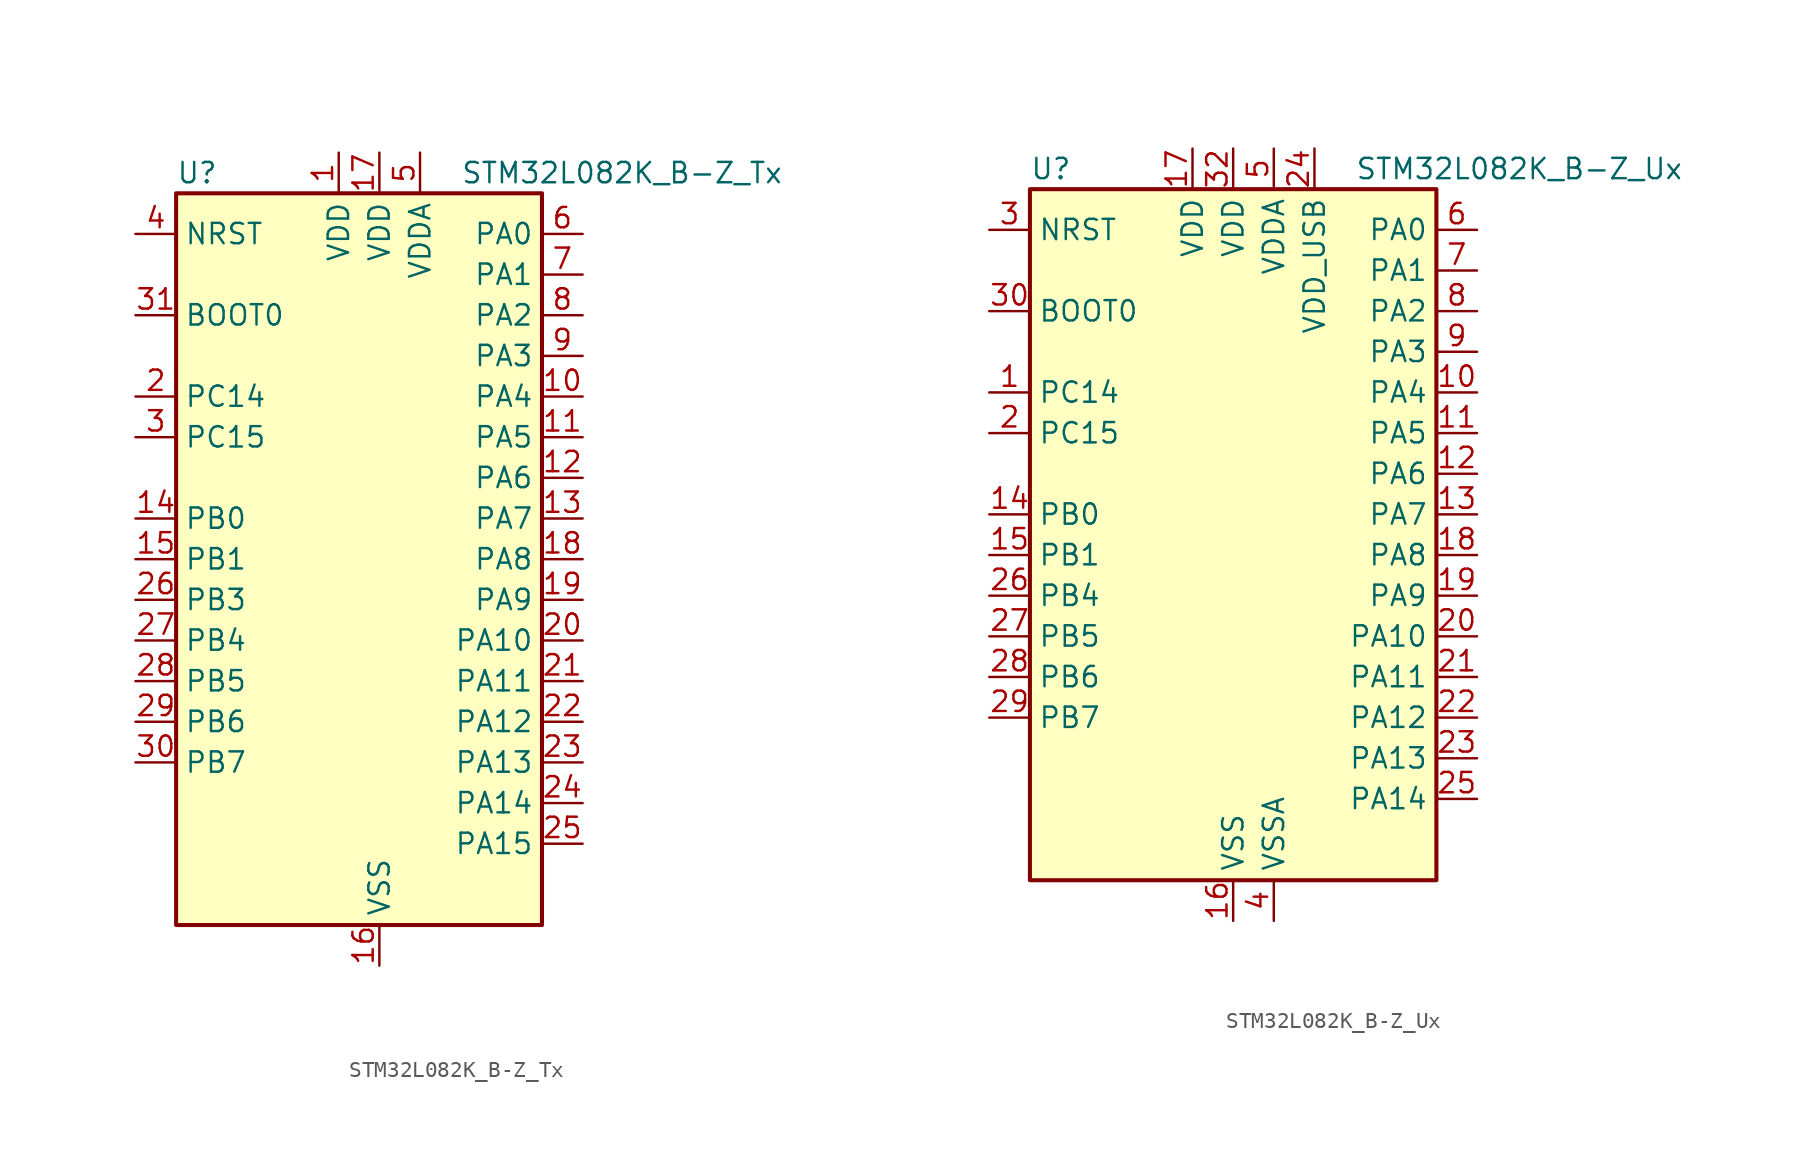
<source format=kicad_sym>
(kicad_symbol_lib
  (version 20231120)
  (generator "kicad_symbol_editor")
  (generator_version "8.0")
  (symbol "STM32L082K_B-Z_Tx"
    (property "Reference" "U"
      (at -10.16 24.13 0)
      (effects (font (size 1.27 1.27)) (justify left)))
    (property "Value" "STM32L082K_B-Z_Tx"
      (at 7.62 24.13 0)
      (effects (font (size 1.27 1.27)) (justify left)))
    (property "ki_locked" ""
      (at 0 0 0)
      (effects (font (size 1.27 1.27))))
    (symbol "STM32L082K_B-Z_Tx_0_1"
      (rectangle (start -10.16 -22.86) (end 12.7 22.86) (stroke (width 0.254) (type default)) (fill (type background))))
    (symbol "STM32L082K_B-Z_Tx_1_1"
      (pin power_in line (at 0 25.4 270) (length 2.54) (name "VDD" (effects (font (size 1.27 1.27)))) (number "1" (effects (font (size 1.27 1.27)))))
      (pin bidirectional line (at 15.24 10.16 180) (length 2.54) (name "PA4" (effects (font (size 1.27 1.27)))) (number "10" (effects (font (size 1.27 1.27)))) (alternate "ADC_IN4" bidirectional line) (alternate "COMP1_INM" bidirectional line) (alternate "COMP2_INM" bidirectional line) (alternate "DAC_OUT1" bidirectional line) (alternate "SPI1_NSS" bidirectional line) (alternate "TIM22_ETR" bidirectional line) (alternate "TSC_G2_IO1" bidirectional line) (alternate "USART2_CK" bidirectional line))
      (pin bidirectional line (at 15.24 7.62 180) (length 2.54) (name "PA5" (effects (font (size 1.27 1.27)))) (number "11" (effects (font (size 1.27 1.27)))) (alternate "ADC_IN5" bidirectional line) (alternate "COMP1_INM" bidirectional line) (alternate "COMP2_INM" bidirectional line) (alternate "DAC_OUT2" bidirectional line) (alternate "SPI1_SCK" bidirectional line) (alternate "TIM2_CH1" bidirectional line) (alternate "TIM2_ETR" bidirectional line) (alternate "TSC_G2_IO2" bidirectional line))
      (pin bidirectional line (at 15.24 5.08 180) (length 2.54) (name "PA6" (effects (font (size 1.27 1.27)))) (number "12" (effects (font (size 1.27 1.27)))) (alternate "ADC_IN6" bidirectional line) (alternate "COMP1_OUT" bidirectional line) (alternate "LPUART1_CTS" bidirectional line) (alternate "SPI1_MISO" bidirectional line) (alternate "TIM22_CH1" bidirectional line) (alternate "TIM3_CH1" bidirectional line) (alternate "TSC_G2_IO3" bidirectional line))
      (pin bidirectional line (at 15.24 2.54 180) (length 2.54) (name "PA7" (effects (font (size 1.27 1.27)))) (number "13" (effects (font (size 1.27 1.27)))) (alternate "ADC_IN7" bidirectional line) (alternate "COMP2_OUT" bidirectional line) (alternate "SPI1_MOSI" bidirectional line) (alternate "TIM22_CH2" bidirectional line) (alternate "TIM3_CH2" bidirectional line) (alternate "TSC_G2_IO4" bidirectional line))
      (pin bidirectional line (at -12.7 2.54 0) (length 2.54) (name "PB0" (effects (font (size 1.27 1.27)))) (number "14" (effects (font (size 1.27 1.27)))) (alternate "ADC_IN8" bidirectional line) (alternate "SYS_VREF_OUT_PB0" bidirectional line) (alternate "TIM3_CH3" bidirectional line) (alternate "TSC_G3_IO2" bidirectional line))
      (pin bidirectional line (at -12.7 0 0) (length 2.54) (name "PB1" (effects (font (size 1.27 1.27)))) (number "15" (effects (font (size 1.27 1.27)))) (alternate "ADC_IN9" bidirectional line) (alternate "LPUART1_DE" bidirectional line) (alternate "LPUART1_RTS" bidirectional line) (alternate "SYS_VREF_OUT_PB1" bidirectional line) (alternate "TIM3_CH4" bidirectional line) (alternate "TSC_G3_IO3" bidirectional line))
      (pin power_in line (at 2.54 -25.4 90) (length 2.54) (name "VSS" (effects (font (size 1.27 1.27)))) (number "16" (effects (font (size 1.27 1.27)))))
      (pin power_in line (at 2.54 25.4 270) (length 2.54) (name "VDD" (effects (font (size 1.27 1.27)))) (number "17" (effects (font (size 1.27 1.27)))))
      (pin bidirectional line (at 15.24 0 180) (length 2.54) (name "PA8" (effects (font (size 1.27 1.27)))) (number "18" (effects (font (size 1.27 1.27)))) (alternate "CRS_SYNC" bidirectional line) (alternate "I2C3_SCL" bidirectional line) (alternate "RCC_MCO" bidirectional line) (alternate "USART1_CK" bidirectional line))
      (pin bidirectional line (at 15.24 -2.54 180) (length 2.54) (name "PA9" (effects (font (size 1.27 1.27)))) (number "19" (effects (font (size 1.27 1.27)))) (alternate "DAC_EXTI9" bidirectional line) (alternate "I2C1_SCL" bidirectional line) (alternate "I2C3_SMBA" bidirectional line) (alternate "RCC_MCO" bidirectional line) (alternate "TSC_G4_IO1" bidirectional line) (alternate "USART1_TX" bidirectional line))
      (pin bidirectional line (at -12.7 10.16 0) (length 2.54) (name "PC14" (effects (font (size 1.27 1.27)))) (number "2" (effects (font (size 1.27 1.27)))) (alternate "RCC_OSC32_IN" bidirectional line))
      (pin bidirectional line (at 15.24 -5.08 180) (length 2.54) (name "PA10" (effects (font (size 1.27 1.27)))) (number "20" (effects (font (size 1.27 1.27)))) (alternate "I2C1_SDA" bidirectional line) (alternate "TSC_G4_IO2" bidirectional line) (alternate "USART1_RX" bidirectional line))
      (pin bidirectional line (at 15.24 -7.62 180) (length 2.54) (name "PA11" (effects (font (size 1.27 1.27)))) (number "21" (effects (font (size 1.27 1.27)))) (alternate "ADC_EXTI11" bidirectional line) (alternate "COMP1_OUT" bidirectional line) (alternate "SPI1_MISO" bidirectional line) (alternate "TSC_G4_IO3" bidirectional line) (alternate "USART1_CTS" bidirectional line) (alternate "USB_DM" bidirectional line))
      (pin bidirectional line (at 15.24 -10.16 180) (length 2.54) (name "PA12" (effects (font (size 1.27 1.27)))) (number "22" (effects (font (size 1.27 1.27)))) (alternate "COMP2_OUT" bidirectional line) (alternate "SPI1_MOSI" bidirectional line) (alternate "TSC_G4_IO4" bidirectional line) (alternate "USART1_DE" bidirectional line) (alternate "USART1_RTS" bidirectional line) (alternate "USB_DP" bidirectional line))
      (pin bidirectional line (at 15.24 -12.7 180) (length 2.54) (name "PA13" (effects (font (size 1.27 1.27)))) (number "23" (effects (font (size 1.27 1.27)))) (alternate "LPUART1_RX" bidirectional line) (alternate "SYS_SWDIO" bidirectional line) (alternate "USB_NOE" bidirectional line))
      (pin bidirectional line (at 15.24 -15.24 180) (length 2.54) (name "PA14" (effects (font (size 1.27 1.27)))) (number "24" (effects (font (size 1.27 1.27)))) (alternate "LPUART1_TX" bidirectional line) (alternate "SYS_SWCLK" bidirectional line) (alternate "USART2_TX" bidirectional line))
      (pin bidirectional line (at 15.24 -17.78 180) (length 2.54) (name "PA15" (effects (font (size 1.27 1.27)))) (number "25" (effects (font (size 1.27 1.27)))) (alternate "SPI1_NSS" bidirectional line) (alternate "TIM2_CH1" bidirectional line) (alternate "TIM2_ETR" bidirectional line) (alternate "USART2_RX" bidirectional line) (alternate "USART4_DE" bidirectional line) (alternate "USART4_RTS" bidirectional line))
      (pin bidirectional line (at -12.7 -2.54 0) (length 2.54) (name "PB3" (effects (font (size 1.27 1.27)))) (number "26" (effects (font (size 1.27 1.27)))) (alternate "COMP2_INM" bidirectional line) (alternate "SPI1_SCK" bidirectional line) (alternate "TIM2_CH2" bidirectional line) (alternate "TSC_G5_IO1" bidirectional line) (alternate "USART1_DE" bidirectional line) (alternate "USART1_RTS" bidirectional line) (alternate "USART5_TX" bidirectional line))
      (pin bidirectional line (at -12.7 -5.08 0) (length 2.54) (name "PB4" (effects (font (size 1.27 1.27)))) (number "27" (effects (font (size 1.27 1.27)))) (alternate "COMP2_INP" bidirectional line) (alternate "I2C3_SDA" bidirectional line) (alternate "SPI1_MISO" bidirectional line) (alternate "TIM22_CH1" bidirectional line) (alternate "TIM3_CH1" bidirectional line) (alternate "TSC_G5_IO2" bidirectional line) (alternate "USART1_CTS" bidirectional line) (alternate "USART5_RX" bidirectional line))
      (pin bidirectional line (at -12.7 -7.62 0) (length 2.54) (name "PB5" (effects (font (size 1.27 1.27)))) (number "28" (effects (font (size 1.27 1.27)))) (alternate "COMP2_INP" bidirectional line) (alternate "I2C1_SMBA" bidirectional line) (alternate "LPTIM1_IN1" bidirectional line) (alternate "SPI1_MOSI" bidirectional line) (alternate "TIM22_CH2" bidirectional line) (alternate "TIM3_CH2" bidirectional line) (alternate "USART1_CK" bidirectional line) (alternate "USART5_CK" bidirectional line) (alternate "USART5_DE" bidirectional line) (alternate "USART5_RTS" bidirectional line))
      (pin bidirectional line (at -12.7 -10.16 0) (length 2.54) (name "PB6" (effects (font (size 1.27 1.27)))) (number "29" (effects (font (size 1.27 1.27)))) (alternate "COMP2_INP" bidirectional line) (alternate "I2C1_SCL" bidirectional line) (alternate "LPTIM1_ETR" bidirectional line) (alternate "TSC_G5_IO3" bidirectional line) (alternate "USART1_TX" bidirectional line))
      (pin bidirectional line (at -12.7 7.62 0) (length 2.54) (name "PC15" (effects (font (size 1.27 1.27)))) (number "3" (effects (font (size 1.27 1.27)))) (alternate "RCC_OSC32_OUT" bidirectional line))
      (pin bidirectional line (at -12.7 -12.7 0) (length 2.54) (name "PB7" (effects (font (size 1.27 1.27)))) (number "30" (effects (font (size 1.27 1.27)))) (alternate "COMP2_INP" bidirectional line) (alternate "I2C1_SDA" bidirectional line) (alternate "LPTIM1_IN2" bidirectional line) (alternate "SYS_PVD_IN" bidirectional line) (alternate "TSC_G5_IO4" bidirectional line) (alternate "USART1_RX" bidirectional line) (alternate "USART4_CTS" bidirectional line))
      (pin input line (at -12.7 15.24 0) (length 2.54) (name "BOOT0" (effects (font (size 1.27 1.27)))) (number "31" (effects (font (size 1.27 1.27)))))
      (pin passive line (at 2.54 -25.4 90) (length 2.54) hide (name "VSS" (effects (font (size 1.27 1.27)))) (number "32" (effects (font (size 1.27 1.27)))))
      (pin input line (at -12.7 20.32 0) (length 2.54) (name "NRST" (effects (font (size 1.27 1.27)))) (number "4" (effects (font (size 1.27 1.27)))))
      (pin power_in line (at 5.08 25.4 270) (length 2.54) (name "VDDA" (effects (font (size 1.27 1.27)))) (number "5" (effects (font (size 1.27 1.27)))))
      (pin bidirectional line (at 15.24 20.32 180) (length 2.54) (name "PA0" (effects (font (size 1.27 1.27)))) (number "6" (effects (font (size 1.27 1.27)))) (alternate "ADC_IN0" bidirectional line) (alternate "COMP1_INM" bidirectional line) (alternate "COMP1_OUT" bidirectional line) (alternate "RTC_TAMP2" bidirectional line) (alternate "SYS_WKUP1" bidirectional line) (alternate "TIM2_CH1" bidirectional line) (alternate "TIM2_ETR" bidirectional line) (alternate "TSC_G1_IO1" bidirectional line) (alternate "USART2_CTS" bidirectional line) (alternate "USART4_TX" bidirectional line))
      (pin bidirectional line (at 15.24 17.78 180) (length 2.54) (name "PA1" (effects (font (size 1.27 1.27)))) (number "7" (effects (font (size 1.27 1.27)))) (alternate "ADC_IN1" bidirectional line) (alternate "COMP1_INP" bidirectional line) (alternate "TIM21_ETR" bidirectional line) (alternate "TIM2_CH2" bidirectional line) (alternate "TSC_G1_IO2" bidirectional line) (alternate "USART2_DE" bidirectional line) (alternate "USART2_RTS" bidirectional line) (alternate "USART4_RX" bidirectional line))
      (pin bidirectional line (at 15.24 15.24 180) (length 2.54) (name "PA2" (effects (font (size 1.27 1.27)))) (number "8" (effects (font (size 1.27 1.27)))) (alternate "ADC_IN2" bidirectional line) (alternate "COMP2_INM" bidirectional line) (alternate "COMP2_OUT" bidirectional line) (alternate "LPUART1_TX" bidirectional line) (alternate "TIM21_CH1" bidirectional line) (alternate "TIM2_CH3" bidirectional line) (alternate "TSC_G1_IO3" bidirectional line) (alternate "USART2_TX" bidirectional line))
      (pin bidirectional line (at 15.24 12.7 180) (length 2.54) (name "PA3" (effects (font (size 1.27 1.27)))) (number "9" (effects (font (size 1.27 1.27)))) (alternate "ADC_IN3" bidirectional line) (alternate "COMP2_INP" bidirectional line) (alternate "LPUART1_RX" bidirectional line) (alternate "TIM21_CH2" bidirectional line) (alternate "TIM2_CH4" bidirectional line) (alternate "TSC_G1_IO4" bidirectional line) (alternate "USART2_RX" bidirectional line))))
  (symbol "STM32L082K_B-Z_Ux"
    (property "Reference" "U"
      (at -12.7 24.13 0)
      (effects (font (size 1.27 1.27)) (justify left)))
    (property "Value" "STM32L082K_B-Z_Ux"
      (at 7.62 24.13 0)
      (effects (font (size 1.27 1.27)) (justify left)))
    (property "ki_locked" ""
      (at 0 0 0)
      (effects (font (size 1.27 1.27))))
    (symbol "STM32L082K_B-Z_Ux_0_1"
      (rectangle (start -12.7 -20.32) (end 12.7 22.86) (stroke (width 0.254) (type default)) (fill (type background))))
    (symbol "STM32L082K_B-Z_Ux_1_1"
      (pin bidirectional line (at -15.24 10.16 0) (length 2.54) (name "PC14" (effects (font (size 1.27 1.27)))) (number "1" (effects (font (size 1.27 1.27)))) (alternate "RCC_OSC32_IN" bidirectional line))
      (pin bidirectional line (at 15.24 10.16 180) (length 2.54) (name "PA4" (effects (font (size 1.27 1.27)))) (number "10" (effects (font (size 1.27 1.27)))) (alternate "ADC_IN4" bidirectional line) (alternate "COMP1_INM" bidirectional line) (alternate "COMP2_INM" bidirectional line) (alternate "DAC_OUT1" bidirectional line) (alternate "SPI1_NSS" bidirectional line) (alternate "TIM22_ETR" bidirectional line) (alternate "TSC_G2_IO1" bidirectional line) (alternate "USART2_CK" bidirectional line))
      (pin bidirectional line (at 15.24 7.62 180) (length 2.54) (name "PA5" (effects (font (size 1.27 1.27)))) (number "11" (effects (font (size 1.27 1.27)))) (alternate "ADC_IN5" bidirectional line) (alternate "COMP1_INM" bidirectional line) (alternate "COMP2_INM" bidirectional line) (alternate "DAC_OUT2" bidirectional line) (alternate "SPI1_SCK" bidirectional line) (alternate "TIM2_CH1" bidirectional line) (alternate "TIM2_ETR" bidirectional line) (alternate "TSC_G2_IO2" bidirectional line))
      (pin bidirectional line (at 15.24 5.08 180) (length 2.54) (name "PA6" (effects (font (size 1.27 1.27)))) (number "12" (effects (font (size 1.27 1.27)))) (alternate "ADC_IN6" bidirectional line) (alternate "COMP1_OUT" bidirectional line) (alternate "LPUART1_CTS" bidirectional line) (alternate "SPI1_MISO" bidirectional line) (alternate "TIM22_CH1" bidirectional line) (alternate "TIM3_CH1" bidirectional line) (alternate "TSC_G2_IO3" bidirectional line))
      (pin bidirectional line (at 15.24 2.54 180) (length 2.54) (name "PA7" (effects (font (size 1.27 1.27)))) (number "13" (effects (font (size 1.27 1.27)))) (alternate "ADC_IN7" bidirectional line) (alternate "COMP2_OUT" bidirectional line) (alternate "SPI1_MOSI" bidirectional line) (alternate "TIM22_CH2" bidirectional line) (alternate "TIM3_CH2" bidirectional line) (alternate "TSC_G2_IO4" bidirectional line))
      (pin bidirectional line (at -15.24 2.54 0) (length 2.54) (name "PB0" (effects (font (size 1.27 1.27)))) (number "14" (effects (font (size 1.27 1.27)))) (alternate "ADC_IN8" bidirectional line) (alternate "SYS_VREF_OUT_PB0" bidirectional line) (alternate "TIM3_CH3" bidirectional line) (alternate "TSC_G3_IO2" bidirectional line))
      (pin bidirectional line (at -15.24 0 0) (length 2.54) (name "PB1" (effects (font (size 1.27 1.27)))) (number "15" (effects (font (size 1.27 1.27)))) (alternate "ADC_IN9" bidirectional line) (alternate "LPUART1_DE" bidirectional line) (alternate "LPUART1_RTS" bidirectional line) (alternate "SYS_VREF_OUT_PB1" bidirectional line) (alternate "TIM3_CH4" bidirectional line) (alternate "TSC_G3_IO3" bidirectional line))
      (pin power_in line (at 0 -22.86 90) (length 2.54) (name "VSS" (effects (font (size 1.27 1.27)))) (number "16" (effects (font (size 1.27 1.27)))))
      (pin power_in line (at -2.54 25.4 270) (length 2.54) (name "VDD" (effects (font (size 1.27 1.27)))) (number "17" (effects (font (size 1.27 1.27)))))
      (pin bidirectional line (at 15.24 0 180) (length 2.54) (name "PA8" (effects (font (size 1.27 1.27)))) (number "18" (effects (font (size 1.27 1.27)))) (alternate "CRS_SYNC" bidirectional line) (alternate "I2C3_SCL" bidirectional line) (alternate "RCC_MCO" bidirectional line) (alternate "USART1_CK" bidirectional line))
      (pin bidirectional line (at 15.24 -2.54 180) (length 2.54) (name "PA9" (effects (font (size 1.27 1.27)))) (number "19" (effects (font (size 1.27 1.27)))) (alternate "DAC_EXTI9" bidirectional line) (alternate "I2C1_SCL" bidirectional line) (alternate "I2C3_SMBA" bidirectional line) (alternate "RCC_MCO" bidirectional line) (alternate "TSC_G4_IO1" bidirectional line) (alternate "USART1_TX" bidirectional line))
      (pin bidirectional line (at -15.24 7.62 0) (length 2.54) (name "PC15" (effects (font (size 1.27 1.27)))) (number "2" (effects (font (size 1.27 1.27)))) (alternate "RCC_OSC32_OUT" bidirectional line))
      (pin bidirectional line (at 15.24 -5.08 180) (length 2.54) (name "PA10" (effects (font (size 1.27 1.27)))) (number "20" (effects (font (size 1.27 1.27)))) (alternate "I2C1_SDA" bidirectional line) (alternate "TSC_G4_IO2" bidirectional line) (alternate "USART1_RX" bidirectional line))
      (pin bidirectional line (at 15.24 -7.62 180) (length 2.54) (name "PA11" (effects (font (size 1.27 1.27)))) (number "21" (effects (font (size 1.27 1.27)))) (alternate "ADC_EXTI11" bidirectional line) (alternate "COMP1_OUT" bidirectional line) (alternate "SPI1_MISO" bidirectional line) (alternate "TSC_G4_IO3" bidirectional line) (alternate "USART1_CTS" bidirectional line) (alternate "USB_DM" bidirectional line))
      (pin bidirectional line (at 15.24 -10.16 180) (length 2.54) (name "PA12" (effects (font (size 1.27 1.27)))) (number "22" (effects (font (size 1.27 1.27)))) (alternate "COMP2_OUT" bidirectional line) (alternate "SPI1_MOSI" bidirectional line) (alternate "TSC_G4_IO4" bidirectional line) (alternate "USART1_DE" bidirectional line) (alternate "USART1_RTS" bidirectional line) (alternate "USB_DP" bidirectional line))
      (pin bidirectional line (at 15.24 -12.7 180) (length 2.54) (name "PA13" (effects (font (size 1.27 1.27)))) (number "23" (effects (font (size 1.27 1.27)))) (alternate "LPUART1_RX" bidirectional line) (alternate "SYS_SWDIO" bidirectional line) (alternate "USB_NOE" bidirectional line))
      (pin power_in line (at 5.08 25.4 270) (length 2.54) (name "VDD_USB" (effects (font (size 1.27 1.27)))) (number "24" (effects (font (size 1.27 1.27)))))
      (pin bidirectional line (at 15.24 -15.24 180) (length 2.54) (name "PA14" (effects (font (size 1.27 1.27)))) (number "25" (effects (font (size 1.27 1.27)))) (alternate "LPUART1_TX" bidirectional line) (alternate "SYS_SWCLK" bidirectional line) (alternate "USART2_TX" bidirectional line))
      (pin bidirectional line (at -15.24 -2.54 0) (length 2.54) (name "PB4" (effects (font (size 1.27 1.27)))) (number "26" (effects (font (size 1.27 1.27)))) (alternate "COMP2_INP" bidirectional line) (alternate "I2C3_SDA" bidirectional line) (alternate "SPI1_MISO" bidirectional line) (alternate "TIM22_CH1" bidirectional line) (alternate "TIM3_CH1" bidirectional line) (alternate "TSC_G5_IO2" bidirectional line) (alternate "USART1_CTS" bidirectional line))
      (pin bidirectional line (at -15.24 -5.08 0) (length 2.54) (name "PB5" (effects (font (size 1.27 1.27)))) (number "27" (effects (font (size 1.27 1.27)))) (alternate "COMP2_INP" bidirectional line) (alternate "I2C1_SMBA" bidirectional line) (alternate "LPTIM1_IN1" bidirectional line) (alternate "SPI1_MOSI" bidirectional line) (alternate "TIM22_CH2" bidirectional line) (alternate "TIM3_CH2" bidirectional line) (alternate "USART1_CK" bidirectional line))
      (pin bidirectional line (at -15.24 -7.62 0) (length 2.54) (name "PB6" (effects (font (size 1.27 1.27)))) (number "28" (effects (font (size 1.27 1.27)))) (alternate "COMP2_INP" bidirectional line) (alternate "I2C1_SCL" bidirectional line) (alternate "LPTIM1_ETR" bidirectional line) (alternate "TSC_G5_IO3" bidirectional line) (alternate "USART1_TX" bidirectional line))
      (pin bidirectional line (at -15.24 -10.16 0) (length 2.54) (name "PB7" (effects (font (size 1.27 1.27)))) (number "29" (effects (font (size 1.27 1.27)))) (alternate "COMP2_INP" bidirectional line) (alternate "I2C1_SDA" bidirectional line) (alternate "LPTIM1_IN2" bidirectional line) (alternate "SYS_PVD_IN" bidirectional line) (alternate "TSC_G5_IO4" bidirectional line) (alternate "USART1_RX" bidirectional line) (alternate "USART4_CTS" bidirectional line))
      (pin input line (at -15.24 20.32 0) (length 2.54) (name "NRST" (effects (font (size 1.27 1.27)))) (number "3" (effects (font (size 1.27 1.27)))))
      (pin input line (at -15.24 15.24 0) (length 2.54) (name "BOOT0" (effects (font (size 1.27 1.27)))) (number "30" (effects (font (size 1.27 1.27)))))
      (pin passive line (at 0 -22.86 90) (length 2.54) hide (name "VSS" (effects (font (size 1.27 1.27)))) (number "31" (effects (font (size 1.27 1.27)))))
      (pin power_in line (at 0 25.4 270) (length 2.54) (name "VDD" (effects (font (size 1.27 1.27)))) (number "32" (effects (font (size 1.27 1.27)))))
      (pin passive line (at 0 -22.86 90) (length 2.54) hide (name "VSS" (effects (font (size 1.27 1.27)))) (number "33" (effects (font (size 1.27 1.27)))))
      (pin power_in line (at 2.54 -22.86 90) (length 2.54) (name "VSSA" (effects (font (size 1.27 1.27)))) (number "4" (effects (font (size 1.27 1.27)))))
      (pin power_in line (at 2.54 25.4 270) (length 2.54) (name "VDDA" (effects (font (size 1.27 1.27)))) (number "5" (effects (font (size 1.27 1.27)))))
      (pin bidirectional line (at 15.24 20.32 180) (length 2.54) (name "PA0" (effects (font (size 1.27 1.27)))) (number "6" (effects (font (size 1.27 1.27)))) (alternate "ADC_IN0" bidirectional line) (alternate "COMP1_INM" bidirectional line) (alternate "COMP1_OUT" bidirectional line) (alternate "RTC_TAMP2" bidirectional line) (alternate "SYS_WKUP1" bidirectional line) (alternate "TIM2_CH1" bidirectional line) (alternate "TIM2_ETR" bidirectional line) (alternate "TSC_G1_IO1" bidirectional line) (alternate "USART2_CTS" bidirectional line) (alternate "USART4_TX" bidirectional line))
      (pin bidirectional line (at 15.24 17.78 180) (length 2.54) (name "PA1" (effects (font (size 1.27 1.27)))) (number "7" (effects (font (size 1.27 1.27)))) (alternate "ADC_IN1" bidirectional line) (alternate "COMP1_INP" bidirectional line) (alternate "TIM21_ETR" bidirectional line) (alternate "TIM2_CH2" bidirectional line) (alternate "TSC_G1_IO2" bidirectional line) (alternate "USART2_DE" bidirectional line) (alternate "USART2_RTS" bidirectional line) (alternate "USART4_RX" bidirectional line))
      (pin bidirectional line (at 15.24 15.24 180) (length 2.54) (name "PA2" (effects (font (size 1.27 1.27)))) (number "8" (effects (font (size 1.27 1.27)))) (alternate "ADC_IN2" bidirectional line) (alternate "COMP2_INM" bidirectional line) (alternate "COMP2_OUT" bidirectional line) (alternate "LPUART1_TX" bidirectional line) (alternate "TIM21_CH1" bidirectional line) (alternate "TIM2_CH3" bidirectional line) (alternate "TSC_G1_IO3" bidirectional line) (alternate "USART2_TX" bidirectional line))
      (pin bidirectional line (at 15.24 12.7 180) (length 2.54) (name "PA3" (effects (font (size 1.27 1.27)))) (number "9" (effects (font (size 1.27 1.27)))) (alternate "ADC_IN3" bidirectional line) (alternate "COMP2_INP" bidirectional line) (alternate "LPUART1_RX" bidirectional line) (alternate "TIM21_CH2" bidirectional line) (alternate "TIM2_CH4" bidirectional line) (alternate "TSC_G1_IO4" bidirectional line) (alternate "USART2_RX" bidirectional line)))))
</source>
